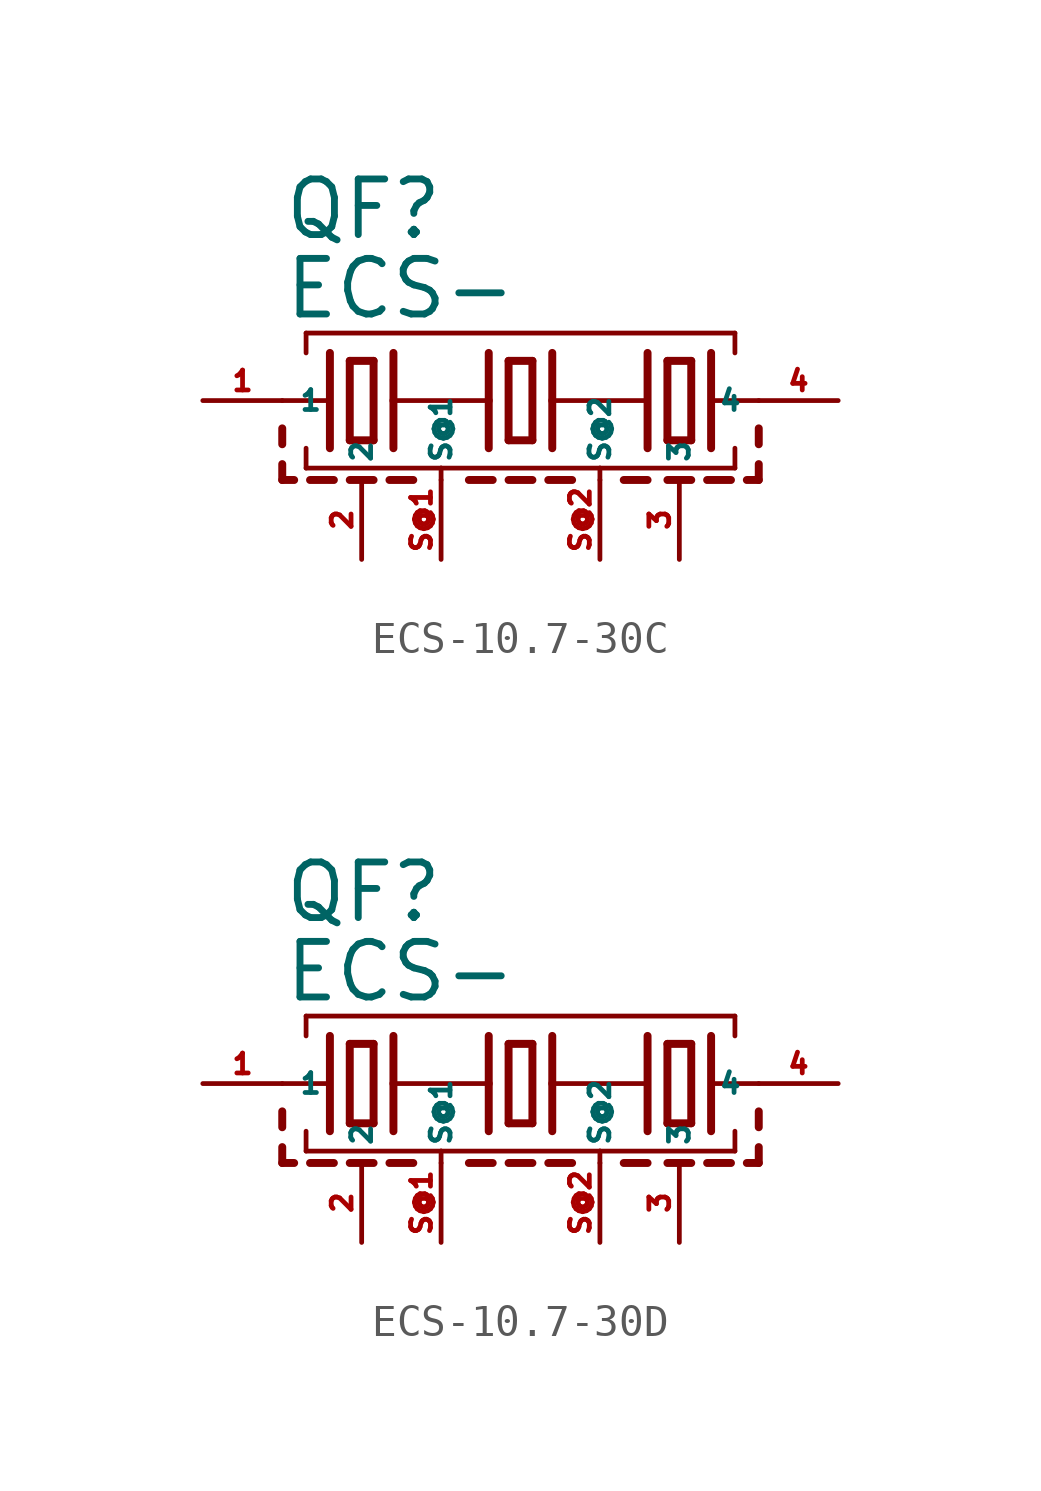
<source format=kicad_sym>
(kicad_symbol_lib
  (version 20220914)
  (generator Eagle2Kicad)
  (symbol "ECS-10.7-30C"
    (property "Reference" "QF"
      (at -7.62 5.08 0)
      (effects (font (size 1.778 1.778) (thickness 0.22)) (justify left bottom)))
    (property "Value" "ECS-"
      (at -7.62 2.54 0)
      (effects (font (size 1.778 1.778) (thickness 0.22)) (justify left bottom)))
    (polyline
      (pts (xy 6.096 0) (xy 7.62 0))
      (stroke (width 0.152) (type default))
      (fill (type none)))
    (polyline
      (pts (xy -7.62 0) (xy -6.096 0))
      (stroke (width 0.152) (type default))
      (fill (type none)))
    (polyline
      (pts (xy -0.381 1.27) (xy -0.381 -1.27))
      (stroke (width 0.254) (type default))
      (fill (type none)))
    (polyline
      (pts (xy -0.381 -1.27) (xy 0.381 -1.27))
      (stroke (width 0.254) (type default))
      (fill (type none)))
    (polyline
      (pts (xy 0.381 -1.27) (xy 0.381 1.27))
      (stroke (width 0.254) (type default))
      (fill (type none)))
    (polyline
      (pts (xy 0.381 1.27) (xy -0.381 1.27))
      (stroke (width 0.254) (type default))
      (fill (type none)))
    (polyline
      (pts (xy 6.096 1.524) (xy 6.096 -1.524))
      (stroke (width 0.254) (type default))
      (fill (type none)))
    (polyline
      (pts (xy -6.096 1.524) (xy -6.096 -1.524))
      (stroke (width 0.254) (type default))
      (fill (type none)))
    (polyline
      (pts (xy -6.858 1.524) (xy -6.858 2.159))
      (stroke (width 0.152) (type default))
      (fill (type none)))
    (polyline
      (pts (xy -6.858 2.159) (xy 6.858 2.159))
      (stroke (width 0.152) (type default))
      (fill (type none)))
    (polyline
      (pts (xy 6.858 2.159) (xy 6.858 1.524))
      (stroke (width 0.152) (type default))
      (fill (type none)))
    (polyline
      (pts (xy 6.858 -1.524) (xy 6.858 -2.159))
      (stroke (width 0.152) (type default))
      (fill (type none)))
    (polyline
      (pts (xy -6.858 -2.159) (xy -2.54 -2.159))
      (stroke (width 0.152) (type default))
      (fill (type none)))
    (polyline
      (pts (xy -2.54 -2.159) (xy 2.54 -2.159))
      (stroke (width 0.152) (type default))
      (fill (type none)))
    (polyline
      (pts (xy 2.54 -2.159) (xy 6.858 -2.159))
      (stroke (width 0.152) (type default))
      (fill (type none)))
    (polyline
      (pts (xy -6.858 -2.159) (xy -6.858 -1.524))
      (stroke (width 0.152) (type default))
      (fill (type none)))
    (polyline
      (pts (xy -1.016 1.524) (xy -1.016 0))
      (stroke (width 0.254) (type default))
      (fill (type none)))
    (polyline
      (pts (xy -1.016 0) (xy -1.016 -1.524))
      (stroke (width 0.254) (type default))
      (fill (type none)))
    (polyline
      (pts (xy 1.016 1.524) (xy 1.016 0))
      (stroke (width 0.254) (type default))
      (fill (type none)))
    (polyline
      (pts (xy 1.016 0) (xy 1.016 -1.524))
      (stroke (width 0.254) (type default))
      (fill (type none)))
    (polyline
      (pts (xy -4.699 1.27) (xy -5.461 1.27))
      (stroke (width 0.254) (type default))
      (fill (type none)))
    (polyline
      (pts (xy -5.461 -1.27) (xy -4.699 -1.27))
      (stroke (width 0.254) (type default))
      (fill (type none)))
    (polyline
      (pts (xy -5.461 1.27) (xy -5.461 -1.27))
      (stroke (width 0.254) (type default))
      (fill (type none)))
    (polyline
      (pts (xy -4.699 -1.27) (xy -4.699 1.27))
      (stroke (width 0.254) (type default))
      (fill (type none)))
    (polyline
      (pts (xy 5.461 -1.27) (xy 5.461 1.27))
      (stroke (width 0.254) (type default))
      (fill (type none)))
    (polyline
      (pts (xy 4.699 1.27) (xy 4.699 -1.27))
      (stroke (width 0.254) (type default))
      (fill (type none)))
    (polyline
      (pts (xy 5.461 1.27) (xy 4.699 1.27))
      (stroke (width 0.254) (type default))
      (fill (type none)))
    (polyline
      (pts (xy 4.699 -1.27) (xy 5.461 -1.27))
      (stroke (width 0.254) (type default))
      (fill (type none)))
    (polyline
      (pts (xy 4.064 1.524) (xy 4.064 -1.524))
      (stroke (width 0.254) (type default))
      (fill (type none)))
    (polyline
      (pts (xy -4.064 1.524) (xy -4.064 0))
      (stroke (width 0.254) (type default))
      (fill (type none)))
    (polyline
      (pts (xy -4.064 0) (xy -4.064 -1.524))
      (stroke (width 0.254) (type default))
      (fill (type none)))
    (polyline
      (pts (xy -4.064 0) (xy -1.016 0))
      (stroke (width 0.152) (type default))
      (fill (type none)))
    (polyline
      (pts (xy 1.016 0) (xy 4.064 0))
      (stroke (width 0.152) (type default))
      (fill (type none)))
    (polyline
      (pts (xy -7.62 -2.032) (xy -7.62 -2.54))
      (stroke (width 0.254) (type default))
      (fill (type none)))
    (polyline
      (pts (xy -7.62 -2.54) (xy -7.239 -2.54))
      (stroke (width 0.254) (type default))
      (fill (type none)))
    (polyline
      (pts (xy -5.461 -2.54) (xy -4.699 -2.54))
      (stroke (width 0.254) (type default))
      (fill (type none)))
    (polyline
      (pts (xy -6.731 -2.54) (xy -5.969 -2.54))
      (stroke (width 0.254) (type default))
      (fill (type none)))
    (polyline
      (pts (xy 4.699 -2.54) (xy 5.461 -2.54))
      (stroke (width 0.254) (type default))
      (fill (type none)))
    (polyline
      (pts (xy -4.191 -2.54) (xy -3.429 -2.54))
      (stroke (width 0.254) (type default))
      (fill (type none)))
    (polyline
      (pts (xy -1.651 -2.54) (xy -0.889 -2.54))
      (stroke (width 0.254) (type default))
      (fill (type none)))
    (polyline
      (pts (xy -0.381 -2.54) (xy 0.381 -2.54))
      (stroke (width 0.254) (type default))
      (fill (type none)))
    (polyline
      (pts (xy 0.889 -2.54) (xy 1.651 -2.54))
      (stroke (width 0.254) (type default))
      (fill (type none)))
    (polyline
      (pts (xy 3.302 -2.54) (xy 4.064 -2.54))
      (stroke (width 0.254) (type default))
      (fill (type none)))
    (polyline
      (pts (xy -2.54 -2.54) (xy -2.54 -2.159))
      (stroke (width 0.152) (type default))
      (fill (type none)))
    (polyline
      (pts (xy 2.54 -2.54) (xy 2.54 -2.159))
      (stroke (width 0.152) (type default))
      (fill (type none)))
    (polyline
      (pts (xy 7.62 -2.54) (xy 7.239 -2.54))
      (stroke (width 0.254) (type default))
      (fill (type none)))
    (polyline
      (pts (xy 6.731 -2.54) (xy 5.969 -2.54))
      (stroke (width 0.254) (type default))
      (fill (type none)))
    (polyline
      (pts (xy 7.62 -2.032) (xy 7.62 -2.54))
      (stroke (width 0.254) (type default))
      (fill (type none)))
    (polyline
      (pts (xy -7.62 -0.889) (xy -7.62 -1.397))
      (stroke (width 0.254) (type default))
      (fill (type none)))
    (polyline
      (pts (xy 7.62 -0.889) (xy 7.62 -1.397))
      (stroke (width 0.254) (type default))
      (fill (type none)))
    (pin passive line
      (at 10.16 0 180)
      (length 2.54)
      (name "4" (effects (font (size 0.635 0.635) (thickness 0.08)) (justify left bottom)))
      (number "4" (effects (font (size 0.635 0.635) (thickness 0.08)) (justify left bottom))))
    (pin passive line
      (at -10.16 0 0)
      (length 2.54)
      (name "1" (effects (font (size 0.635 0.635) (thickness 0.08)) (justify left bottom)))
      (number "1" (effects (font (size 0.635 0.635) (thickness 0.08)) (justify left bottom))))
    (pin passive line
      (at -5.08 -5.08 90)
      (length 2.54)
      (name "2" (effects (font (size 0.635 0.635) (thickness 0.08)) (justify left bottom)))
      (number "2" (effects (font (size 0.635 0.635) (thickness 0.08)) (justify left bottom))))
    (pin passive line
      (at 5.08 -5.08 90)
      (length 2.54)
      (name "3" (effects (font (size 0.635 0.635) (thickness 0.08)) (justify left bottom)))
      (number "3" (effects (font (size 0.635 0.635) (thickness 0.08)) (justify left bottom))))
    (pin passive line
      (at -2.54 -5.08 90)
      (length 2.54)
      (name "S@1" (effects (font (size 0.635 0.635) (thickness 0.08)) (justify left bottom)))
      (number "S@1" (effects (font (size 0.635 0.635) (thickness 0.08)) (justify left bottom))))
    (pin passive line
      (at 2.54 -5.08 90)
      (length 2.54)
      (name "S@2" (effects (font (size 0.635 0.635) (thickness 0.08)) (justify left bottom)))
      (number "S@2" (effects (font (size 0.635 0.635) (thickness 0.08)) (justify left bottom)))))
  (symbol "ECS-10.7-30D"
    (property "Reference" "QF"
      (at -7.62 5.08 0)
      (effects (font (size 1.778 1.778) (thickness 0.22)) (justify left bottom)))
    (property "Value" "ECS-"
      (at -7.62 2.54 0)
      (effects (font (size 1.778 1.778) (thickness 0.22)) (justify left bottom)))
    (polyline
      (pts (xy 6.096 0) (xy 7.62 0))
      (stroke (width 0.152) (type default))
      (fill (type none)))
    (polyline
      (pts (xy -7.62 0) (xy -6.096 0))
      (stroke (width 0.152) (type default))
      (fill (type none)))
    (polyline
      (pts (xy -0.381 1.27) (xy -0.381 -1.27))
      (stroke (width 0.254) (type default))
      (fill (type none)))
    (polyline
      (pts (xy -0.381 -1.27) (xy 0.381 -1.27))
      (stroke (width 0.254) (type default))
      (fill (type none)))
    (polyline
      (pts (xy 0.381 -1.27) (xy 0.381 1.27))
      (stroke (width 0.254) (type default))
      (fill (type none)))
    (polyline
      (pts (xy 0.381 1.27) (xy -0.381 1.27))
      (stroke (width 0.254) (type default))
      (fill (type none)))
    (polyline
      (pts (xy 6.096 1.524) (xy 6.096 -1.524))
      (stroke (width 0.254) (type default))
      (fill (type none)))
    (polyline
      (pts (xy -6.096 1.524) (xy -6.096 -1.524))
      (stroke (width 0.254) (type default))
      (fill (type none)))
    (polyline
      (pts (xy -6.858 1.524) (xy -6.858 2.159))
      (stroke (width 0.152) (type default))
      (fill (type none)))
    (polyline
      (pts (xy -6.858 2.159) (xy 6.858 2.159))
      (stroke (width 0.152) (type default))
      (fill (type none)))
    (polyline
      (pts (xy 6.858 2.159) (xy 6.858 1.524))
      (stroke (width 0.152) (type default))
      (fill (type none)))
    (polyline
      (pts (xy 6.858 -1.524) (xy 6.858 -2.159))
      (stroke (width 0.152) (type default))
      (fill (type none)))
    (polyline
      (pts (xy -6.858 -2.159) (xy -2.54 -2.159))
      (stroke (width 0.152) (type default))
      (fill (type none)))
    (polyline
      (pts (xy -2.54 -2.159) (xy 2.54 -2.159))
      (stroke (width 0.152) (type default))
      (fill (type none)))
    (polyline
      (pts (xy 2.54 -2.159) (xy 6.858 -2.159))
      (stroke (width 0.152) (type default))
      (fill (type none)))
    (polyline
      (pts (xy -6.858 -2.159) (xy -6.858 -1.524))
      (stroke (width 0.152) (type default))
      (fill (type none)))
    (polyline
      (pts (xy -1.016 1.524) (xy -1.016 0))
      (stroke (width 0.254) (type default))
      (fill (type none)))
    (polyline
      (pts (xy -1.016 0) (xy -1.016 -1.524))
      (stroke (width 0.254) (type default))
      (fill (type none)))
    (polyline
      (pts (xy 1.016 1.524) (xy 1.016 0))
      (stroke (width 0.254) (type default))
      (fill (type none)))
    (polyline
      (pts (xy 1.016 0) (xy 1.016 -1.524))
      (stroke (width 0.254) (type default))
      (fill (type none)))
    (polyline
      (pts (xy -4.699 1.27) (xy -5.461 1.27))
      (stroke (width 0.254) (type default))
      (fill (type none)))
    (polyline
      (pts (xy -5.461 -1.27) (xy -4.699 -1.27))
      (stroke (width 0.254) (type default))
      (fill (type none)))
    (polyline
      (pts (xy -5.461 1.27) (xy -5.461 -1.27))
      (stroke (width 0.254) (type default))
      (fill (type none)))
    (polyline
      (pts (xy -4.699 -1.27) (xy -4.699 1.27))
      (stroke (width 0.254) (type default))
      (fill (type none)))
    (polyline
      (pts (xy 5.461 -1.27) (xy 5.461 1.27))
      (stroke (width 0.254) (type default))
      (fill (type none)))
    (polyline
      (pts (xy 4.699 1.27) (xy 4.699 -1.27))
      (stroke (width 0.254) (type default))
      (fill (type none)))
    (polyline
      (pts (xy 5.461 1.27) (xy 4.699 1.27))
      (stroke (width 0.254) (type default))
      (fill (type none)))
    (polyline
      (pts (xy 4.699 -1.27) (xy 5.461 -1.27))
      (stroke (width 0.254) (type default))
      (fill (type none)))
    (polyline
      (pts (xy 4.064 1.524) (xy 4.064 -1.524))
      (stroke (width 0.254) (type default))
      (fill (type none)))
    (polyline
      (pts (xy -4.064 1.524) (xy -4.064 0))
      (stroke (width 0.254) (type default))
      (fill (type none)))
    (polyline
      (pts (xy -4.064 0) (xy -4.064 -1.524))
      (stroke (width 0.254) (type default))
      (fill (type none)))
    (polyline
      (pts (xy -4.064 0) (xy -1.016 0))
      (stroke (width 0.152) (type default))
      (fill (type none)))
    (polyline
      (pts (xy 1.016 0) (xy 4.064 0))
      (stroke (width 0.152) (type default))
      (fill (type none)))
    (polyline
      (pts (xy -7.62 -2.032) (xy -7.62 -2.54))
      (stroke (width 0.254) (type default))
      (fill (type none)))
    (polyline
      (pts (xy -7.62 -2.54) (xy -7.239 -2.54))
      (stroke (width 0.254) (type default))
      (fill (type none)))
    (polyline
      (pts (xy -5.461 -2.54) (xy -4.699 -2.54))
      (stroke (width 0.254) (type default))
      (fill (type none)))
    (polyline
      (pts (xy -6.731 -2.54) (xy -5.969 -2.54))
      (stroke (width 0.254) (type default))
      (fill (type none)))
    (polyline
      (pts (xy 4.699 -2.54) (xy 5.461 -2.54))
      (stroke (width 0.254) (type default))
      (fill (type none)))
    (polyline
      (pts (xy -4.191 -2.54) (xy -3.429 -2.54))
      (stroke (width 0.254) (type default))
      (fill (type none)))
    (polyline
      (pts (xy -1.651 -2.54) (xy -0.889 -2.54))
      (stroke (width 0.254) (type default))
      (fill (type none)))
    (polyline
      (pts (xy -0.381 -2.54) (xy 0.381 -2.54))
      (stroke (width 0.254) (type default))
      (fill (type none)))
    (polyline
      (pts (xy 0.889 -2.54) (xy 1.651 -2.54))
      (stroke (width 0.254) (type default))
      (fill (type none)))
    (polyline
      (pts (xy 3.302 -2.54) (xy 4.064 -2.54))
      (stroke (width 0.254) (type default))
      (fill (type none)))
    (polyline
      (pts (xy -2.54 -2.54) (xy -2.54 -2.159))
      (stroke (width 0.152) (type default))
      (fill (type none)))
    (polyline
      (pts (xy 2.54 -2.54) (xy 2.54 -2.159))
      (stroke (width 0.152) (type default))
      (fill (type none)))
    (polyline
      (pts (xy 7.62 -2.54) (xy 7.239 -2.54))
      (stroke (width 0.254) (type default))
      (fill (type none)))
    (polyline
      (pts (xy 6.731 -2.54) (xy 5.969 -2.54))
      (stroke (width 0.254) (type default))
      (fill (type none)))
    (polyline
      (pts (xy 7.62 -2.032) (xy 7.62 -2.54))
      (stroke (width 0.254) (type default))
      (fill (type none)))
    (polyline
      (pts (xy -7.62 -0.889) (xy -7.62 -1.397))
      (stroke (width 0.254) (type default))
      (fill (type none)))
    (polyline
      (pts (xy 7.62 -0.889) (xy 7.62 -1.397))
      (stroke (width 0.254) (type default))
      (fill (type none)))
    (pin passive line
      (at 10.16 0 180)
      (length 2.54)
      (name "4" (effects (font (size 0.635 0.635) (thickness 0.08)) (justify left bottom)))
      (number "4" (effects (font (size 0.635 0.635) (thickness 0.08)) (justify left bottom))))
    (pin passive line
      (at -10.16 0 0)
      (length 2.54)
      (name "1" (effects (font (size 0.635 0.635) (thickness 0.08)) (justify left bottom)))
      (number "1" (effects (font (size 0.635 0.635) (thickness 0.08)) (justify left bottom))))
    (pin passive line
      (at -5.08 -5.08 90)
      (length 2.54)
      (name "2" (effects (font (size 0.635 0.635) (thickness 0.08)) (justify left bottom)))
      (number "2" (effects (font (size 0.635 0.635) (thickness 0.08)) (justify left bottom))))
    (pin passive line
      (at 5.08 -5.08 90)
      (length 2.54)
      (name "3" (effects (font (size 0.635 0.635) (thickness 0.08)) (justify left bottom)))
      (number "3" (effects (font (size 0.635 0.635) (thickness 0.08)) (justify left bottom))))
    (pin passive line
      (at -2.54 -5.08 90)
      (length 2.54)
      (name "S@1" (effects (font (size 0.635 0.635) (thickness 0.08)) (justify left bottom)))
      (number "S@1" (effects (font (size 0.635 0.635) (thickness 0.08)) (justify left bottom))))
    (pin passive line
      (at 2.54 -5.08 90)
      (length 2.54)
      (name "S@2" (effects (font (size 0.635 0.635) (thickness 0.08)) (justify left bottom)))
      (number "S@2" (effects (font (size 0.635 0.635) (thickness 0.08)) (justify left bottom))))))
</source>
